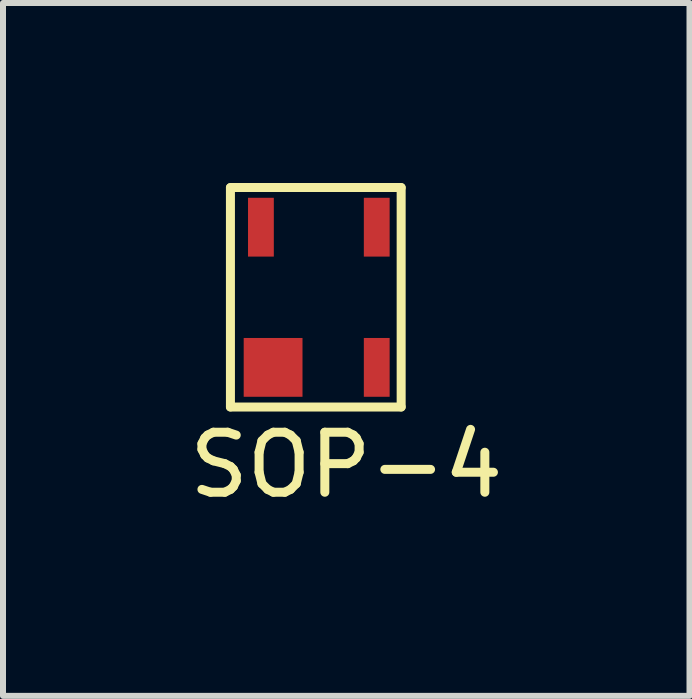
<source format=kicad_pcb>
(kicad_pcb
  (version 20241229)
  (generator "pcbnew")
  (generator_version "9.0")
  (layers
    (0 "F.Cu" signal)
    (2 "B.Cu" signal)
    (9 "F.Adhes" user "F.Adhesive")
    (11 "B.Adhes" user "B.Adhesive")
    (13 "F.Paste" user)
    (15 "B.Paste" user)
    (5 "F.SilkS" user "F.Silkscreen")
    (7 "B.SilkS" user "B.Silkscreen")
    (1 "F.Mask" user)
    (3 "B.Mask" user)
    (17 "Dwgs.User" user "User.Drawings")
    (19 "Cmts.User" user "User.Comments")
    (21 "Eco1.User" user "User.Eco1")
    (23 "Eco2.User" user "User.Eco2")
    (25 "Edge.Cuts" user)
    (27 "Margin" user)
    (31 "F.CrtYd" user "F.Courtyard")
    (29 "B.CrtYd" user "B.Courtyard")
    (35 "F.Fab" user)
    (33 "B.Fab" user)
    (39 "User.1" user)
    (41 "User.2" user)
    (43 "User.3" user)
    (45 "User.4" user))
  (footprint "SOP-4"
    (layer "F.Cu")
    (at 2.263 1.904)
    (property "Reference" "SOP-4" (at 0.457 2.794 0) (layer "F.SilkS") (effects (font (size 1 1) (thickness 0.15))))
    (attr through_hole)
    (fp_line (start -1.473 -1.829) (end 1.372 -1.829) (stroke (width 0.15) (type solid)) (layer "F.SilkS"))
    (fp_line (start -1.473 -1.827) (end -1.473 1.827) (stroke (width 0.15) (type solid)) (layer "F.SilkS"))
    (fp_line (start 1.372 -1.827) (end 1.372 1.827) (stroke (width 0.15) (type solid)) (layer "F.SilkS"))
    (fp_line (start 1.372 1.829) (end -1.473 1.829) (stroke (width 0.15) (type solid)) (layer "F.SilkS"))
    (pad "1" smd rect (at -0.762 1.168) (size 0.98 0.98) (layers "F.Cu" "F.Mask" "F.Paste"))
    (pad "4" smd rect (at -0.965 -1.168) (size 0.43 0.98) (layers "F.Cu" "F.Mask" "F.Paste"))
    (pad "5" smd rect (at 0.965 -1.168) (size 0.43 0.98) (layers "F.Cu" "F.Mask" "F.Paste"))
    (pad "6" smd rect (at 0.965 1.168) (size 0.43 0.98) (layers "F.Cu" "F.Mask" "F.Paste")))
  (gr_rect
    (start -3 -3)
    (end 8.44 8.546)
    (stroke (width 0.1) (type default))
    (fill no)
    (layer "Edge.Cuts")))
</source>
